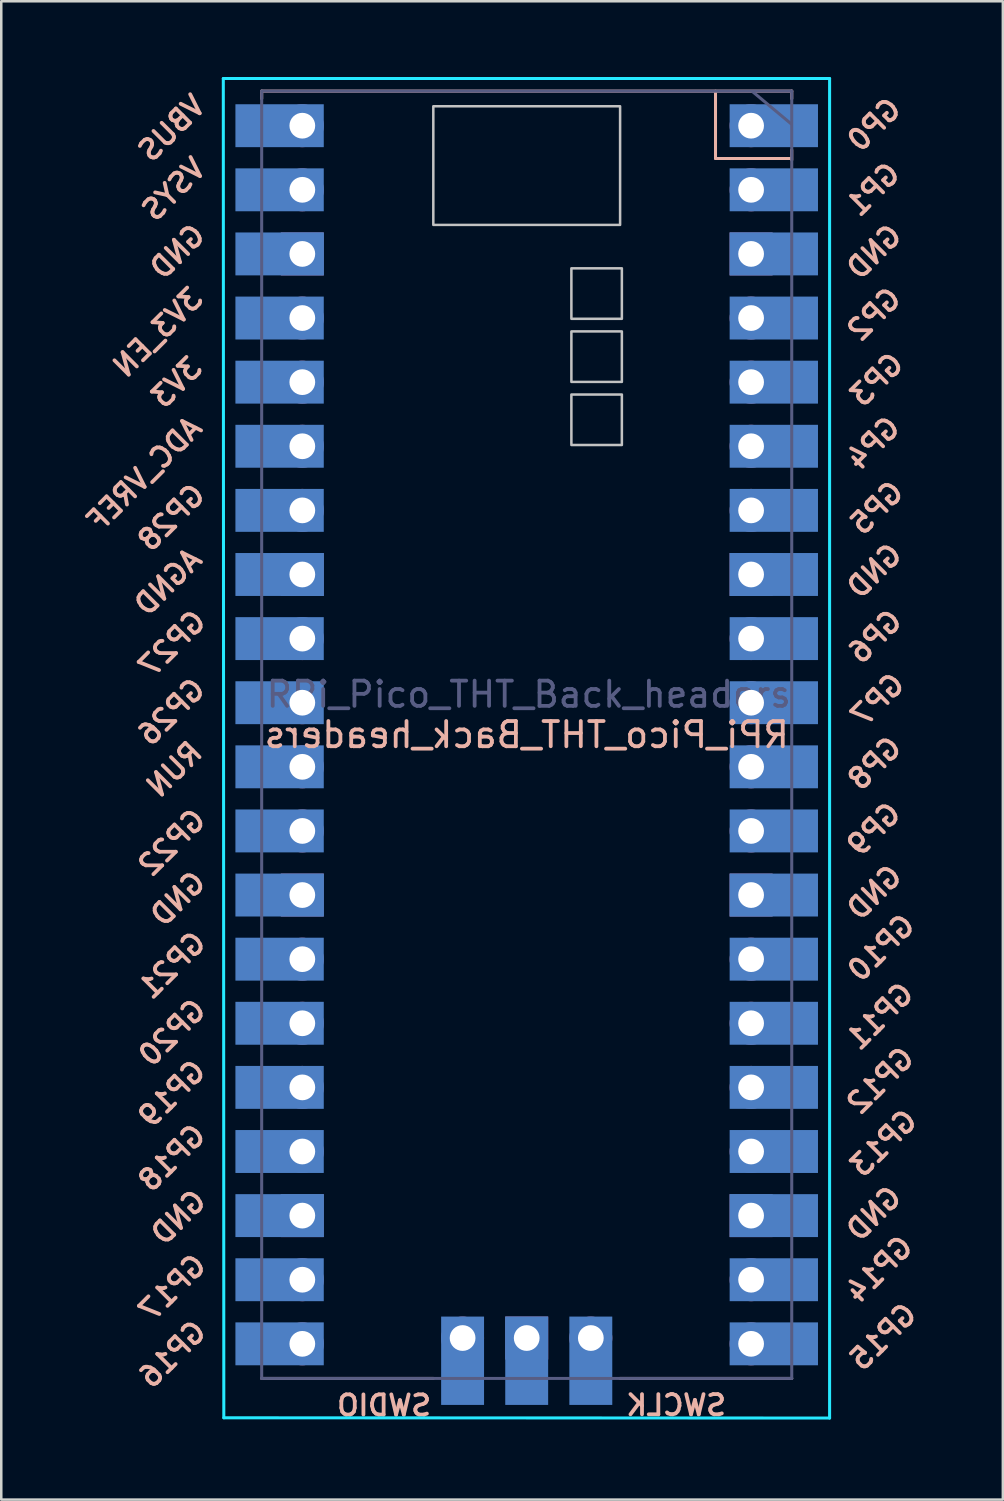
<source format=kicad_pcb>
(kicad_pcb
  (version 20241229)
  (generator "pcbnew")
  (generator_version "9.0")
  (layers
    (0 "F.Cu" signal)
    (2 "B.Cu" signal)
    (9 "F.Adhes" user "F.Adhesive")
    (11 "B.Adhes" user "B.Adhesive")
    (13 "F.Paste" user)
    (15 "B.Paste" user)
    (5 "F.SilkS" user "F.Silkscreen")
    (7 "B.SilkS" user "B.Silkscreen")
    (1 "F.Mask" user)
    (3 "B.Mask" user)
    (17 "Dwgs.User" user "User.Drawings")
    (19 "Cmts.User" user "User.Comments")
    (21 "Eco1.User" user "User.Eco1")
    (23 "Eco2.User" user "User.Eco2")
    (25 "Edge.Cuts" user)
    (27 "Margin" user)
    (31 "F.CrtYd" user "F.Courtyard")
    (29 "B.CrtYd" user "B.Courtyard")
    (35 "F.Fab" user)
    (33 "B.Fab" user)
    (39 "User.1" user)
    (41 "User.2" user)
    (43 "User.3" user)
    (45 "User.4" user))
  (footprint "RPi_Pico_THT_Back_headers"
    (layer "F.Cu")
    (at 17.817 26.06)
    (property "Reference" "RPi_Pico_THT_Back_headers" (at 0 0 0) (layer "B.SilkS") (effects (font (size 1 1) (thickness 0.15)) (justify mirror)))
    (attr through_hole)
    (fp_line (start -10.5 -25.5) (end -10.5 -25.2) (stroke (width 0.12) (type solid)) (layer "B.SilkS"))
    (fp_line (start -10.5 -25.5) (end 10.5 -25.5) (stroke (width 0.12) (type solid)) (layer "B.SilkS"))
    (fp_line (start -3.7 25.5) (end -10.5 25.5) (stroke (width 0.12) (type solid)) (layer "B.SilkS"))
    (fp_line (start 7.48 -22.83) (end 7.48 -25.497) (stroke (width 0.12) (type solid)) (layer "B.SilkS"))
    (fp_line (start 7.48 -22.83) (end 10.487 -22.83) (stroke (width 0.12) (type solid)) (layer "B.SilkS"))
    (fp_line (start 10.5 -25.5) (end 10.5 -25.2) (stroke (width 0.12) (type solid)) (layer "B.SilkS"))
    (fp_line (start 10.5 -23.17) (end 10.5 -22.77) (stroke (width 0.12) (type solid)) (layer "B.SilkS"))
    (fp_line (start 10.5 25.5) (end 3.7 25.5) (stroke (width 0.12) (type solid)) (layer "B.SilkS"))
    (fp_poly (pts (xy 3.7 -20.2) (xy -3.7 -20.2) (xy -3.7 -24.9) (xy 3.7 -24.9)) (stroke (width 0.1) (type solid)) (fill no) (layer "Dwgs.User"))
    (fp_poly (pts (xy 3.77 -16.48) (xy 1.77 -16.48) (xy 1.77 -18.48) (xy 3.77 -18.48)) (stroke (width 0.1) (type solid)) (fill no) (layer "Dwgs.User"))
    (fp_poly (pts (xy 3.77 -13.98) (xy 1.77 -13.98) (xy 1.77 -15.98) (xy 3.77 -15.98)) (stroke (width 0.1) (type solid)) (fill no) (layer "Dwgs.User"))
    (fp_poly (pts (xy 3.77 -11.48) (xy 1.77 -11.48) (xy 1.77 -13.48) (xy 3.77 -13.48)) (stroke (width 0.1) (type solid)) (fill no) (layer "Dwgs.User"))
    (fp_line (start -12.02 -26) (end 12 -26) (stroke (width 0.12) (type solid)) (layer "B.CrtYd"))
    (fp_line (start -12 27.06) (end -12.02 -26) (stroke (width 0.12) (type solid)) (layer "B.CrtYd"))
    (fp_line (start 12 -26) (end 12 27.07) (stroke (width 0.12) (type solid)) (layer "B.CrtYd"))
    (fp_line (start 12 27.07) (end -12 27.06) (stroke (width 0.12) (type solid)) (layer "B.CrtYd"))
    (fp_line (start -10.5 -25.5) (end 10.5 -25.5) (stroke (width 0.12) (type solid)) (layer "B.Fab"))
    (fp_line (start -10.5 25.5) (end -10.5 -25.5) (stroke (width 0.12) (type solid)) (layer "B.Fab"))
    (fp_line (start 8.96 -25.47) (end 10.48 -24.2) (stroke (width 0.12) (type solid)) (layer "B.Fab"))
    (fp_line (start 10.5 -25.5) (end 10.5 25.5) (stroke (width 0.12) (type solid)) (layer "B.Fab"))
    (fp_line (start 10.5 25.5) (end -10.5 25.5) (stroke (width 0.12) (type solid)) (layer "B.Fab"))
    (fp_text user "GP8" (at 13.79 1.13 45) (layer "B.SilkS") (effects (font (size 0.8 0.8) (thickness 0.15)) (justify mirror)))
    (fp_text user "GP14" (at 13.97 21.18 45) (layer "B.SilkS") (effects (font (size 0.8 0.8) (thickness 0.15)) (justify mirror)))
    (fp_text user "VBUS" (at -14.06 -24.03 45) (layer "B.SilkS") (effects (font (size 0.8 0.8) (thickness 0.15)) (justify mirror)))
    (fp_text user "3V3_EN" (at -14.61 -15.94 45) (layer "B.SilkS") (effects (font (size 0.8 0.8) (thickness 0.15)) (justify mirror)))
    (fp_text user "GND" (at -13.79 19.12 45) (layer "B.SilkS") (effects (font (size 0.8 0.8) (thickness 0.15)) (justify mirror)))
    (fp_text user "GP20" (at -14.04 11.8 45) (layer "B.SilkS") (effects (font (size 0.8 0.8) (thickness 0.15)) (justify mirror)))
    (fp_text user "GP0" (at 13.77 -24.17 45) (layer "B.SilkS") (effects (font (size 0.8 0.8) (thickness 0.15)) (justify mirror)))
    (fp_text user "GP16" (at -14.03 24.54 45) (layer "B.SilkS") (effects (font (size 0.8 0.8) (thickness 0.15)) (justify mirror)))
    (fp_text user "GP10" (at 14.05 8.44 45) (layer "B.SilkS") (effects (font (size 0.8 0.8) (thickness 0.15)) (justify mirror)))
    (fp_text user "GP6" (at 13.81 -3.89 45) (layer "B.SilkS") (effects (font (size 0.8 0.8) (thickness 0.15)) (justify mirror)))
    (fp_text user "GP27" (at -14.04 -3.6 45) (layer "B.SilkS") (effects (font (size 0.8 0.8) (thickness 0.15)) (justify mirror)))
    (fp_text user "AGND" (at -14.21 -6.05 45) (layer "B.SilkS") (effects (font (size 0.8 0.8) (thickness 0.15)) (justify mirror)))
    (fp_text user "GP15" (at 14.12 23.85 45) (layer "B.SilkS") (effects (font (size 0.8 0.8) (thickness 0.15)) (justify mirror)))
    (fp_text user "GND" (at 13.78 -6.49 45) (layer "B.SilkS") (effects (font (size 0.8 0.8) (thickness 0.15)) (justify mirror)))
    (fp_text user "GND" (at 13.77 -19.13 45) (layer "B.SilkS") (effects (font (size 0.8 0.8) (thickness 0.15)) (justify mirror)))
    (fp_text user "GP19" (at -14.05 14.22 45) (layer "B.SilkS") (effects (font (size 0.8 0.8) (thickness 0.15)) (justify mirror)))
    (fp_text user "GP3" (at 13.87 -14.07 45) (layer "B.SilkS") (effects (font (size 0.8 0.8) (thickness 0.15)) (justify mirror)))
    (fp_text user "ADC_VREF" (at -15.15 -10.32 45) (layer "B.SilkS") (effects (font (size 0.8 0.8) (thickness 0.15)) (justify mirror)))
    (fp_text user "GP1" (at 13.73 -21.61 45) (layer "B.SilkS") (effects (font (size 0.8 0.8) (thickness 0.15)) (justify mirror)))
    (fp_text user "GP7" (at 13.91 -1.38 45) (layer "B.SilkS") (effects (font (size 0.8 0.8) (thickness 0.15)) (justify mirror)))
    (fp_text user "GP9" (at 13.76 3.74 45) (layer "B.SilkS") (effects (font (size 0.8 0.8) (thickness 0.15)) (justify mirror)))
    (fp_text user "GP4" (at 13.73 -11.55 45) (layer "B.SilkS") (effects (font (size 0.8 0.8) (thickness 0.15)) (justify mirror)))
    (fp_text user "SWDIO" (at -5.65 26.57 0) (layer "B.SilkS") (effects (font (size 0.8 0.8) (thickness 0.15)) (justify mirror)))
    (fp_text user "GP26" (at -14.07 -0.91 45) (layer "B.SilkS") (effects (font (size 0.8 0.8) (thickness 0.15)) (justify mirror)))
    (fp_text user "GP21" (at -14.04 9.13 45) (layer "B.SilkS") (effects (font (size 0.8 0.8) (thickness 0.15)) (justify mirror)))
    (fp_text user "GP2" (at 13.77 -16.66 45) (layer "B.SilkS") (effects (font (size 0.8 0.8) (thickness 0.15)) (justify mirror)))
    (fp_text user "GND" (at -13.81 6.5 45) (layer "B.SilkS") (effects (font (size 0.8 0.8) (thickness 0.15)) (justify mirror)))
    (fp_text user "VSYS" (at -13.98 -21.61 45) (layer "B.SilkS") (effects (font (size 0.8 0.8) (thickness 0.15)) (justify mirror)))
    (fp_text user "3V3" (at -13.87 -13.96 45) (layer "B.SilkS") (effects (font (size 0.8 0.8) (thickness 0.15)) (justify mirror)))
    (fp_text user "GP17" (at -14.03 21.91 45) (layer "B.SilkS") (effects (font (size 0.8 0.8) (thickness 0.15)) (justify mirror)))
    (fp_text user "GP13" (at 14.14 16.18 45) (layer "B.SilkS") (effects (font (size 0.8 0.8) (thickness 0.15)) (justify mirror)))
    (fp_text user "GP12" (at 14.02 13.7 45) (layer "B.SilkS") (effects (font (size 0.8 0.8) (thickness 0.15)) (justify mirror)))
    (fp_text user "GP5" (at 13.87 -8.99 45) (layer "B.SilkS") (effects (font (size 0.8 0.8) (thickness 0.15)) (justify mirror)))
    (fp_text user "GP11" (at 14 11.15 45) (layer "B.SilkS") (effects (font (size 0.8 0.8) (thickness 0.15)) (justify mirror)))
    (fp_text user "GP28" (at -14.07 -8.61 45) (layer "B.SilkS") (effects (font (size 0.8 0.8) (thickness 0.15)) (justify mirror)))
    (fp_text user "GND" (at 13.78 6.25 45) (layer "B.SilkS") (effects (font (size 0.8 0.8) (thickness 0.15)) (justify mirror)))
    (fp_text user "GP22" (at -14.05 4.27 45) (layer "B.SilkS") (effects (font (size 0.8 0.8) (thickness 0.15)) (justify mirror)))
    (fp_text user "GND" (at -13.83 -19.14 45) (layer "B.SilkS") (effects (font (size 0.8 0.8) (thickness 0.15)) (justify mirror)))
    (fp_text user "GP18" (at -14.05 16.76 45) (layer "B.SilkS") (effects (font (size 0.8 0.8) (thickness 0.15)) (justify mirror)))
    (fp_text user "RUN" (at -13.96 1.37 45) (layer "B.SilkS") (effects (font (size 0.8 0.8) (thickness 0.15)) (justify mirror)))
    (fp_text user "GND" (at 13.76 18.97 45) (layer "B.SilkS") (effects (font (size 0.8 0.8) (thickness 0.15)) (justify mirror)))
    (fp_text user "SWCLK" (at 5.92 26.56 0) (layer "B.SilkS") (effects (font (size 0.8 0.8) (thickness 0.15)) (justify mirror)))
    (fp_text user "${REFERENCE}" (at 0.08 -1.6 180) (layer "B.Fab") (effects (font (size 1 1) (thickness 0.15))))
    (pad "1" thru_hole oval (at 8.89 -24.13) (size 1.7 1.7) (drill 1.02) (layers "*.Cu" "*.Mask"))
    (pad "1" smd rect (at 8.89 -24.13) (size 3.5 1.7) (drill (offset 0.9 0)) (layers "B.Cu" "B.Mask"))
    (pad "2" thru_hole oval (at 8.89 -21.59) (size 1.7 1.7) (drill 1.02) (layers "*.Cu" "*.Mask"))
    (pad "2" smd rect (at 8.89 -21.59) (size 3.5 1.7) (drill (offset 0.9 0)) (layers "B.Cu" "B.Mask"))
    (pad "3" thru_hole rect (at 8.89 -19.05) (size 1.7 1.7) (drill 1.02) (layers "*.Cu" "*.Mask"))
    (pad "3" smd rect (at 8.89 -19.05) (size 3.5 1.7) (drill (offset 0.9 0)) (layers "B.Cu" "B.Mask"))
    (pad "4" thru_hole oval (at 8.89 -16.51) (size 1.7 1.7) (drill 1.02) (layers "*.Cu" "*.Mask"))
    (pad "4" smd rect (at 8.89 -16.51) (size 3.5 1.7) (drill (offset 0.9 0)) (layers "B.Cu" "B.Mask"))
    (pad "5" thru_hole oval (at 8.89 -13.97) (size 1.7 1.7) (drill 1.02) (layers "*.Cu" "*.Mask"))
    (pad "5" smd rect (at 8.89 -13.97) (size 3.5 1.7) (drill (offset 0.9 0)) (layers "B.Cu" "B.Mask"))
    (pad "6" thru_hole oval (at 8.89 -11.43) (size 1.7 1.7) (drill 1.02) (layers "*.Cu" "*.Mask"))
    (pad "6" smd rect (at 8.89 -11.43) (size 3.5 1.7) (drill (offset 0.9 0)) (layers "B.Cu" "B.Mask"))
    (pad "7" thru_hole oval (at 8.89 -8.89) (size 1.7 1.7) (drill 1.02) (layers "*.Cu" "*.Mask"))
    (pad "7" smd rect (at 8.89 -8.89) (size 3.5 1.7) (drill (offset 0.9 0)) (layers "B.Cu" "B.Mask"))
    (pad "8" thru_hole rect (at 8.89 -6.35) (size 1.7 1.7) (drill 1.02) (layers "*.Cu" "*.Mask"))
    (pad "8" smd rect (at 8.89 -6.35) (size 3.5 1.7) (drill (offset 0.9 0)) (layers "B.Cu" "B.Mask"))
    (pad "9" thru_hole oval (at 8.89 -3.81) (size 1.7 1.7) (drill 1.02) (layers "*.Cu" "*.Mask"))
    (pad "9" smd rect (at 8.89 -3.81) (size 3.5 1.7) (drill (offset 0.9 0)) (layers "B.Cu" "B.Mask"))
    (pad "10" thru_hole oval (at 8.89 -1.27) (size 1.7 1.7) (drill 1.02) (layers "*.Cu" "*.Mask"))
    (pad "10" smd rect (at 8.89 -1.27) (size 3.5 1.7) (drill (offset 0.9 0)) (layers "B.Cu" "B.Mask"))
    (pad "11" thru_hole oval (at 8.89 1.27) (size 1.7 1.7) (drill 1.02) (layers "*.Cu" "*.Mask"))
    (pad "11" smd rect (at 8.89 1.27) (size 3.5 1.7) (drill (offset 0.9 0)) (layers "B.Cu" "B.Mask"))
    (pad "12" thru_hole oval (at 8.89 3.81) (size 1.7 1.7) (drill 1.02) (layers "*.Cu" "*.Mask"))
    (pad "12" smd rect (at 8.89 3.81) (size 3.5 1.7) (drill (offset 0.9 0)) (layers "B.Cu" "B.Mask"))
    (pad "13" thru_hole rect (at 8.89 6.35) (size 1.7 1.7) (drill 1.02) (layers "*.Cu" "*.Mask"))
    (pad "13" smd rect (at 8.89 6.35) (size 3.5 1.7) (drill (offset 0.9 0)) (layers "B.Cu" "B.Mask"))
    (pad "14" thru_hole oval (at 8.89 8.89) (size 1.7 1.7) (drill 1.02) (layers "*.Cu" "*.Mask"))
    (pad "14" smd rect (at 8.89 8.89) (size 3.5 1.7) (drill (offset 0.9 0)) (layers "B.Cu" "B.Mask"))
    (pad "15" thru_hole oval (at 8.89 11.43) (size 1.7 1.7) (drill 1.02) (layers "*.Cu" "*.Mask"))
    (pad "15" smd rect (at 8.89 11.43) (size 3.5 1.7) (drill (offset 0.9 0)) (layers "B.Cu" "B.Mask"))
    (pad "16" thru_hole oval (at 8.89 13.97) (size 1.7 1.7) (drill 1.02) (layers "*.Cu" "*.Mask"))
    (pad "16" smd rect (at 8.89 13.97) (size 3.5 1.7) (drill (offset 0.9 0)) (layers "B.Cu" "B.Mask"))
    (pad "17" thru_hole oval (at 8.89 16.51) (size 1.7 1.7) (drill 1.02) (layers "*.Cu" "*.Mask"))
    (pad "17" smd rect (at 8.89 16.51) (size 3.5 1.7) (drill (offset 0.9 0)) (layers "B.Cu" "B.Mask"))
    (pad "18" thru_hole rect (at 8.89 19.05) (size 1.7 1.7) (drill 1.02) (layers "*.Cu" "*.Mask"))
    (pad "18" smd rect (at 8.89 19.05) (size 3.5 1.7) (drill (offset 0.9 0)) (layers "B.Cu" "B.Mask"))
    (pad "19" thru_hole oval (at 8.89 21.59) (size 1.7 1.7) (drill 1.02) (layers "*.Cu" "*.Mask"))
    (pad "19" smd rect (at 8.89 21.59) (size 3.5 1.7) (drill (offset 0.9 0)) (layers "B.Cu" "B.Mask"))
    (pad "20" thru_hole oval (at 8.89 24.13) (size 1.7 1.7) (drill 1.02) (layers "*.Cu" "*.Mask"))
    (pad "20" smd rect (at 8.89 24.13) (size 3.5 1.7) (drill (offset 0.9 0)) (layers "B.Cu" "B.Mask"))
    (pad "21" thru_hole oval (at -8.89 24.13) (size 1.7 1.7) (drill 1.02) (layers "*.Cu" "*.Mask"))
    (pad "21" smd rect (at -8.89 24.13) (size 3.5 1.7) (drill (offset -0.9 0)) (layers "B.Cu" "B.Mask"))
    (pad "22" thru_hole oval (at -8.89 21.59) (size 1.7 1.7) (drill 1.02) (layers "*.Cu" "*.Mask"))
    (pad "22" smd rect (at -8.89 21.59) (size 3.5 1.7) (drill (offset -0.9 0)) (layers "B.Cu" "B.Mask"))
    (pad "23" thru_hole rect (at -8.89 19.05) (size 1.7 1.7) (drill 1.02) (layers "*.Cu" "*.Mask"))
    (pad "23" smd rect (at -8.89 19.05) (size 3.5 1.7) (drill (offset -0.9 0)) (layers "B.Cu" "B.Mask"))
    (pad "24" thru_hole oval (at -8.89 16.51) (size 1.7 1.7) (drill 1.02) (layers "*.Cu" "*.Mask"))
    (pad "24" smd rect (at -8.89 16.51) (size 3.5 1.7) (drill (offset -0.9 0)) (layers "B.Cu" "B.Mask"))
    (pad "25" thru_hole oval (at -8.89 13.97) (size 1.7 1.7) (drill 1.02) (layers "*.Cu" "*.Mask"))
    (pad "25" smd rect (at -8.89 13.97) (size 3.5 1.7) (drill (offset -0.9 0)) (layers "B.Cu" "B.Mask"))
    (pad "26" thru_hole oval (at -8.89 11.43) (size 1.7 1.7) (drill 1.02) (layers "*.Cu" "*.Mask"))
    (pad "26" smd rect (at -8.89 11.43) (size 3.5 1.7) (drill (offset -0.9 0)) (layers "B.Cu" "B.Mask"))
    (pad "27" thru_hole oval (at -8.89 8.89) (size 1.7 1.7) (drill 1.02) (layers "*.Cu" "*.Mask"))
    (pad "27" smd rect (at -8.89 8.89) (size 3.5 1.7) (drill (offset -0.9 0)) (layers "B.Cu" "B.Mask"))
    (pad "28" thru_hole rect (at -8.89 6.35) (size 1.7 1.7) (drill 1.02) (layers "*.Cu" "*.Mask"))
    (pad "28" smd rect (at -8.89 6.35) (size 3.5 1.7) (drill (offset -0.9 0)) (layers "B.Cu" "B.Mask"))
    (pad "29" thru_hole oval (at -8.89 3.81) (size 1.7 1.7) (drill 1.02) (layers "*.Cu" "*.Mask"))
    (pad "29" smd rect (at -8.89 3.81) (size 3.5 1.7) (drill (offset -0.9 0)) (layers "B.Cu" "B.Mask"))
    (pad "30" thru_hole oval (at -8.89 1.27) (size 1.7 1.7) (drill 1.02) (layers "*.Cu" "*.Mask"))
    (pad "30" smd rect (at -8.89 1.27) (size 3.5 1.7) (drill (offset -0.9 0)) (layers "B.Cu" "B.Mask"))
    (pad "31" thru_hole oval (at -8.89 -1.27) (size 1.7 1.7) (drill 1.02) (layers "*.Cu" "*.Mask"))
    (pad "31" smd rect (at -8.89 -1.27) (size 3.5 1.7) (drill (offset -0.9 0)) (layers "B.Cu" "B.Mask"))
    (pad "32" thru_hole oval (at -8.89 -3.81) (size 1.7 1.7) (drill 1.02) (layers "*.Cu" "*.Mask"))
    (pad "32" smd rect (at -8.89 -3.81) (size 3.5 1.7) (drill (offset -0.9 0)) (layers "B.Cu" "B.Mask"))
    (pad "33" thru_hole rect (at -8.89 -6.35) (size 1.7 1.7) (drill 1.02) (layers "*.Cu" "*.Mask"))
    (pad "33" smd rect (at -8.89 -6.35) (size 3.5 1.7) (drill (offset -0.9 0)) (layers "B.Cu" "B.Mask"))
    (pad "34" thru_hole oval (at -8.89 -8.89) (size 1.7 1.7) (drill 1.02) (layers "*.Cu" "*.Mask"))
    (pad "34" smd rect (at -8.89 -8.89) (size 3.5 1.7) (drill (offset -0.9 0)) (layers "B.Cu" "B.Mask"))
    (pad "35" thru_hole oval (at -8.89 -11.43) (size 1.7 1.7) (drill 1.02) (layers "*.Cu" "*.Mask"))
    (pad "35" smd rect (at -8.89 -11.43) (size 3.5 1.7) (drill (offset -0.9 0)) (layers "B.Cu" "B.Mask"))
    (pad "36" thru_hole oval (at -8.89 -13.97) (size 1.7 1.7) (drill 1.02) (layers "*.Cu" "*.Mask"))
    (pad "36" smd rect (at -8.89 -13.97) (size 3.5 1.7) (drill (offset -0.9 0)) (layers "B.Cu" "B.Mask"))
    (pad "37" thru_hole oval (at -8.89 -16.51) (size 1.7 1.7) (drill 1.02) (layers "*.Cu" "*.Mask"))
    (pad "37" smd rect (at -8.89 -16.51) (size 3.5 1.7) (drill (offset -0.9 0)) (layers "B.Cu" "B.Mask"))
    (pad "38" thru_hole rect (at -8.89 -19.05) (size 1.7 1.7) (drill 1.02) (layers "*.Cu" "*.Mask"))
    (pad "38" smd rect (at -8.89 -19.05) (size 3.5 1.7) (drill (offset -0.9 0)) (layers "B.Cu" "B.Mask"))
    (pad "39" thru_hole oval (at -8.89 -21.59) (size 1.7 1.7) (drill 1.02) (layers "*.Cu" "*.Mask"))
    (pad "39" smd rect (at -8.89 -21.59) (size 3.5 1.7) (drill (offset -0.9 0)) (layers "B.Cu" "B.Mask"))
    (pad "40" thru_hole oval (at -8.89 -24.13) (size 1.7 1.7) (drill 1.02) (layers "*.Cu" "*.Mask"))
    (pad "40" smd rect (at -8.89 -24.13) (size 3.5 1.7) (drill (offset -0.9 0)) (layers "B.Cu" "B.Mask"))
    (pad "41" thru_hole oval (at 2.54 23.9) (size 1.7 1.7) (drill 1.02) (layers "*.Cu" "*.Mask"))
    (pad "41" smd rect (at 2.54 23.9 90) (size 3.5 1.7) (drill (offset -0.9 0)) (layers "B.Cu" "B.Mask"))
    (pad "42" thru_hole rect (at 0 23.9) (size 1.7 1.7) (drill 1.02) (layers "*.Cu" "*.Mask"))
    (pad "42" smd rect (at 0 23.9 90) (size 3.5 1.7) (drill (offset -0.9 0)) (layers "B.Cu" "B.Mask"))
    (pad "43" thru_hole oval (at -2.54 23.9) (size 1.7 1.7) (drill 1.02) (layers "*.Cu" "*.Mask"))
    (pad "43" smd rect (at -2.54 23.9 90) (size 3.5 1.7) (drill (offset -0.9 0)) (layers "B.Cu" "B.Mask")))
  (gr_rect
    (start -3 -3)
    (end 36.681 56.361)
    (stroke (width 0.1) (type default))
    (fill no)
    (layer "Edge.Cuts")))
</source>
